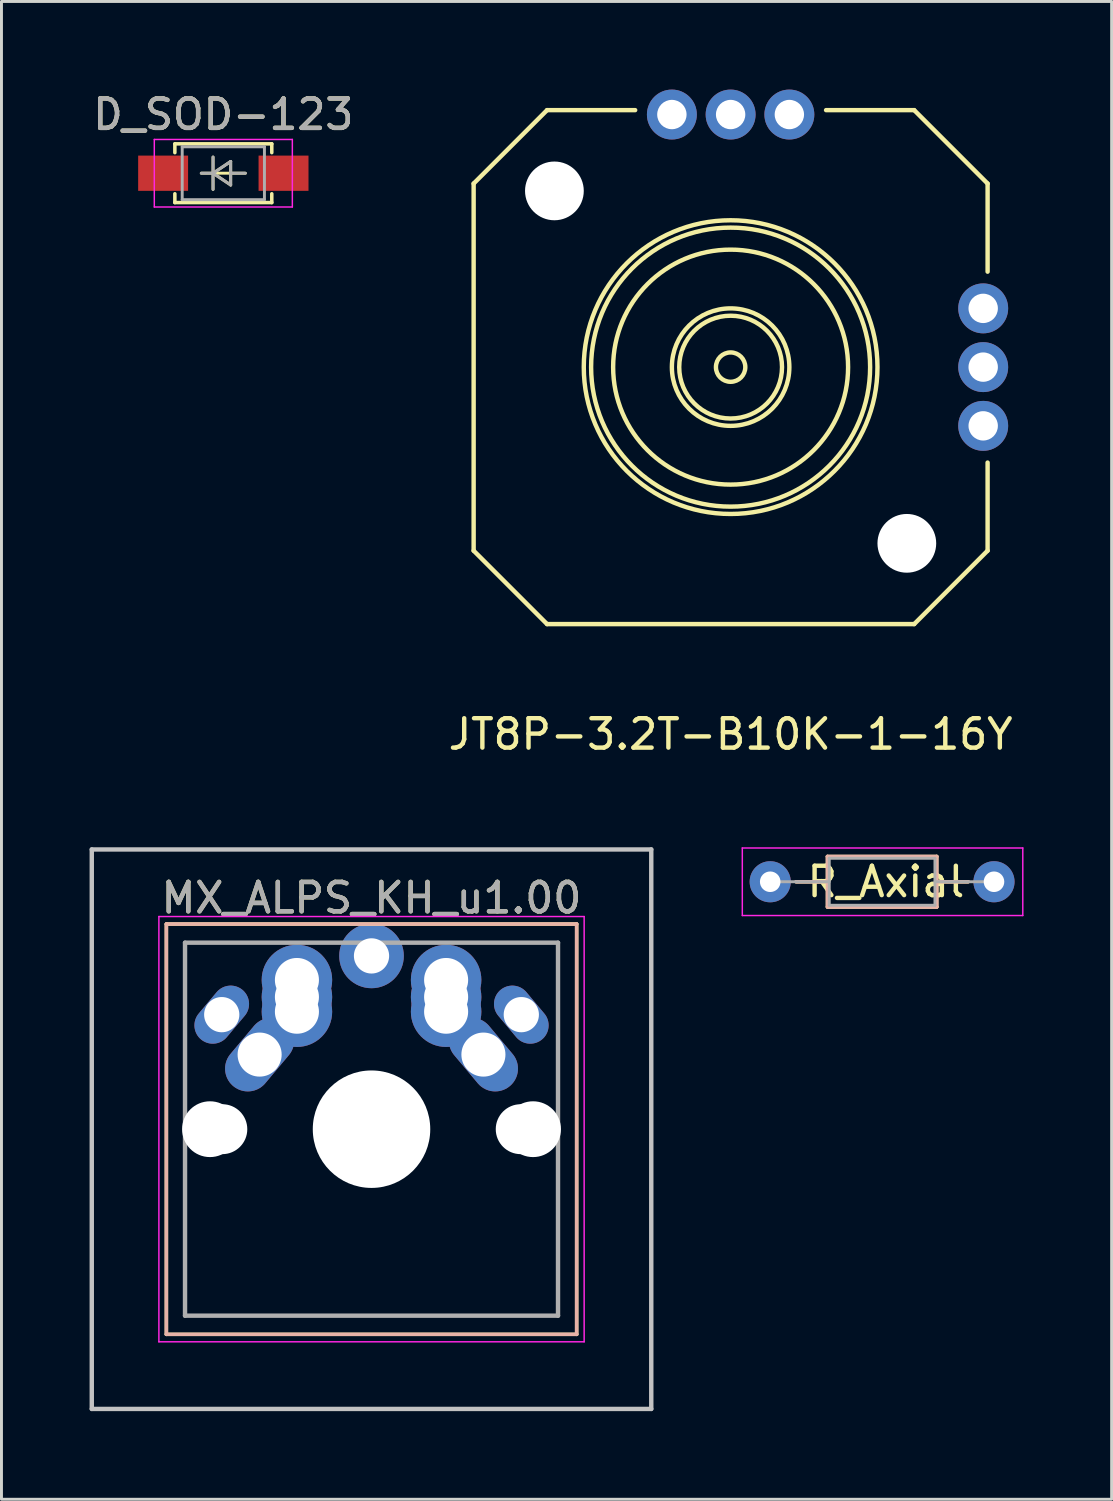
<source format=kicad_pcb>
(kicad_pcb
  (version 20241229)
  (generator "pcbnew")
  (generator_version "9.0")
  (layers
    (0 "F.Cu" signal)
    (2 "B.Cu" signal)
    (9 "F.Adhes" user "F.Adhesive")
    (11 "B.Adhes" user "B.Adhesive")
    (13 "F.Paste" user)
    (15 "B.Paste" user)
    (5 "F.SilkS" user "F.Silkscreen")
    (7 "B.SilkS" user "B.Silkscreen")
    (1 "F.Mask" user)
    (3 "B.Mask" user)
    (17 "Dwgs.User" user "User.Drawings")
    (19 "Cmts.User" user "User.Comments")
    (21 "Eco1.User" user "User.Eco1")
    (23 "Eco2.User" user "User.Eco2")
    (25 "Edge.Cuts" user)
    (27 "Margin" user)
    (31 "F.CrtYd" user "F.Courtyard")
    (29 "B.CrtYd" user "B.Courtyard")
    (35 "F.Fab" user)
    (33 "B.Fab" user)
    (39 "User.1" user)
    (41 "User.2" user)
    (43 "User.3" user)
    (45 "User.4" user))
  (footprint "R_Axial"
    (layer "F.Cu")
    (at 23.175 26.973)
    (property "Reference" "R_Axial" (at 3.94 0 0) (layer "F.SilkS") (effects (font (size 1 1) (thickness 0.15))))
    (attr through_hole)
    (fp_line (start 0.88 0) (end 1.95 0) (stroke (width 0.12) (type solid)) (layer "F.SilkS"))
    (fp_line (start 1.95 -0.86) (end 1.95 0.86) (stroke (width 0.12) (type solid)) (layer "F.SilkS"))
    (fp_line (start 1.95 0.86) (end 5.67 0.86) (stroke (width 0.12) (type solid)) (layer "F.SilkS"))
    (fp_line (start 5.67 -0.86) (end 1.95 -0.86) (stroke (width 0.12) (type solid)) (layer "F.SilkS"))
    (fp_line (start 5.67 0.86) (end 5.67 -0.86) (stroke (width 0.12) (type solid)) (layer "F.SilkS"))
    (fp_line (start 6.74 0) (end 5.67 0) (stroke (width 0.12) (type solid)) (layer "F.SilkS"))
    (fp_line (start 0.88 0) (end 1.95 0) (stroke (width 0.12) (type solid)) (layer "B.SilkS"))
    (fp_line (start 1.95 -0.86) (end 5.67 -0.86) (stroke (width 0.12) (type solid)) (layer "B.SilkS"))
    (fp_line (start 1.95 0.85) (end 1.95 -0.86) (stroke (width 0.12) (type solid)) (layer "B.SilkS"))
    (fp_line (start 5.67 -0.86) (end 5.67 0.86) (stroke (width 0.12) (type solid)) (layer "B.SilkS"))
    (fp_line (start 5.67 0.86) (end 1.95 0.86) (stroke (width 0.12) (type solid)) (layer "B.SilkS"))
    (fp_line (start 6.74 0) (end 5.675 0) (stroke (width 0.12) (type solid)) (layer "B.SilkS"))
    (fp_line (start -0.95 -1.15) (end -0.95 1.15) (stroke (width 0.05) (type solid)) (layer "F.CrtYd"))
    (fp_line (start -0.95 1.15) (end 8.6 1.15) (stroke (width 0.05) (type solid)) (layer "F.CrtYd"))
    (fp_line (start 8.6 -1.15) (end -0.95 -1.15) (stroke (width 0.05) (type solid)) (layer "F.CrtYd"))
    (fp_line (start 8.6 1.15) (end 8.6 -1.15) (stroke (width 0.05) (type solid)) (layer "F.CrtYd"))
    (fp_line (start 0 0) (end 2.01 0) (stroke (width 0.1) (type solid)) (layer "F.Fab"))
    (fp_line (start 2.01 -0.8) (end 2.01 0.8) (stroke (width 0.1) (type solid)) (layer "F.Fab"))
    (fp_line (start 2.01 0.8) (end 5.61 0.8) (stroke (width 0.1) (type solid)) (layer "F.Fab"))
    (fp_line (start 5.61 -0.8) (end 2.01 -0.8) (stroke (width 0.1) (type solid)) (layer "F.Fab"))
    (fp_line (start 5.61 0.8) (end 5.61 -0.8) (stroke (width 0.1) (type solid)) (layer "F.Fab"))
    (fp_line (start 7.62 0) (end 5.61 0) (stroke (width 0.1) (type solid)) (layer "F.Fab"))
    (pad "1" thru_hole circle (at 0 0) (size 1.4 1.4) (drill 0.7) (layers "*.Cu" "*.Mask"))
    (pad "2" thru_hole oval (at 7.62 0) (size 1.4 1.4) (drill 0.7) (layers "*.Cu" "*.Mask")))
  (footprint "JT8P-3.2T-B10K-1-16Y"
    (layer "F.Cu")
    (at 21.827 9.45)
    (property "Reference" "JT8P-3.2T-B10K-1-16Y" (at 0 12.5 0) (layer "F.SilkS") (effects (font (size 1 1) (thickness 0.15))))
    (attr through_hole)
    (fp_line (start -8.75 -6.25) (end -8.75 6.25) (stroke (width 0.15) (type solid)) (layer "F.SilkS"))
    (fp_line (start -8.75 -6.25) (end -6.25 -8.75) (stroke (width 0.15) (type solid)) (layer "F.SilkS"))
    (fp_line (start -6.25 8.75) (end -8.75 6.25) (stroke (width 0.15) (type solid)) (layer "F.SilkS"))
    (fp_line (start -3.25 -8.75) (end -6.25 -8.75) (stroke (width 0.15) (type solid)) (layer "F.SilkS"))
    (fp_line (start 6.25 -8.75) (end 3.25 -8.75) (stroke (width 0.15) (type solid)) (layer "F.SilkS"))
    (fp_line (start 6.25 8.75) (end -6.25 8.75) (stroke (width 0.15) (type solid)) (layer "F.SilkS"))
    (fp_line (start 6.25 8.75) (end 8.75 6.25) (stroke (width 0.15) (type solid)) (layer "F.SilkS"))
    (fp_line (start 8.75 -6.25) (end 6.25 -8.75) (stroke (width 0.15) (type solid)) (layer "F.SilkS"))
    (fp_line (start 8.75 -3.25) (end 8.75 -6.25) (stroke (width 0.15) (type solid)) (layer "F.SilkS"))
    (fp_line (start 8.75 3.25) (end 8.75 6.25) (stroke (width 0.15) (type solid)) (layer "F.SilkS"))
    (fp_circle (center 0 0) (end 0 -5) (stroke (width 0.15) (type solid)) (fill no) (layer "F.SilkS"))
    (fp_circle (center 0 0) (end 0 -4.75) (stroke (width 0.15) (type solid)) (fill no) (layer "F.SilkS"))
    (fp_circle (center 0 0) (end 0 -1.75) (stroke (width 0.15) (type solid)) (fill no) (layer "F.SilkS"))
    (fp_circle (center 0 0) (end 0 0.5) (stroke (width 0.15) (type solid)) (fill no) (layer "F.SilkS"))
    (fp_circle (center 0 0) (end 0 2) (stroke (width 0.15) (type solid)) (fill no) (layer "F.SilkS"))
    (fp_circle (center 0 0) (end 0 4) (stroke (width 0.15) (type solid)) (fill no) (layer "F.SilkS"))
    (pad "" np_thru_hole circle (at -6 -6) (size 2 2) (drill 2) (layers "*.Cu" "*.Mask"))
    (pad "" np_thru_hole circle (at 6 6) (size 2 2) (drill 2) (layers "*.Cu" "*.Mask"))
    (pad "1" thru_hole circle (at 2 -8.6) (size 1.7 1.7) (drill 1) (layers "*.Cu" "*.Mask"))
    (pad "2" thru_hole circle (at 0 -8.6) (size 1.7 1.7) (drill 1) (layers "*.Cu" "*.Mask"))
    (pad "3" thru_hole circle (at -2 -8.6) (size 1.7 1.7) (drill 1) (layers "*.Cu" "*.Mask"))
    (pad "4" thru_hole circle (at 8.6 2) (size 1.7 1.7) (drill 1) (layers "*.Cu" "*.Mask"))
    (pad "5" thru_hole circle (at 8.6 0) (size 1.7 1.7) (drill 1) (layers "*.Cu" "*.Mask"))
    (pad "6" thru_hole circle (at 8.6 -2) (size 1.7 1.7) (drill 1) (layers "*.Cu" "*.Mask")))
  (footprint "D_SOD-123"
    (layer "F.Cu")
    (at 4.554 2.848)
    (property "Reference" "D_SOD-123" (at 0 -2 0) (layer "F.SilkS") (effects (font (size 1 1) (thickness 0.15))))
    (attr smd)
    (fp_line (start -1.65 -1) (end -1.65 -0.7) (stroke (width 0.12) (type solid)) (layer "F.SilkS"))
    (fp_line (start -1.65 -1) (end 1.65 -1) (stroke (width 0.12) (type solid)) (layer "F.SilkS"))
    (fp_line (start -1.65 1) (end -1.65 0.7) (stroke (width 0.12) (type solid)) (layer "F.SilkS"))
    (fp_line (start -1.65 1) (end 1.65 1) (stroke (width 0.12) (type solid)) (layer "F.SilkS"))
    (fp_line (start -0.75 0) (end 0.75 0) (stroke (width 0.1) (type solid)) (layer "F.SilkS"))
    (fp_line (start -0.35 -0.55) (end -0.35 0.55) (stroke (width 0.1) (type solid)) (layer "F.SilkS"))
    (fp_line (start -0.35 0) (end 0.25 -0.4) (stroke (width 0.1) (type solid)) (layer "F.SilkS"))
    (fp_line (start 0.25 -0.4) (end 0.25 0.4) (stroke (width 0.1) (type solid)) (layer "F.SilkS"))
    (fp_line (start 0.25 0.4) (end -0.35 0) (stroke (width 0.1) (type solid)) (layer "F.SilkS"))
    (fp_line (start 1.65 -1) (end 1.65 -0.7) (stroke (width 0.12) (type solid)) (layer "F.SilkS"))
    (fp_line (start 1.65 1) (end 1.65 0.7) (stroke (width 0.12) (type solid)) (layer "F.SilkS"))
    (fp_line (start -2.35 -1.15) (end 2.35 -1.15) (stroke (width 0.05) (type solid)) (layer "F.CrtYd"))
    (fp_line (start -2.35 1.15) (end -2.35 -1.15) (stroke (width 0.05) (type solid)) (layer "F.CrtYd"))
    (fp_line (start 2.35 -1.15) (end 2.35 1.15) (stroke (width 0.05) (type solid)) (layer "F.CrtYd"))
    (fp_line (start 2.35 1.15) (end -2.35 1.15) (stroke (width 0.05) (type solid)) (layer "F.CrtYd"))
    (fp_line (start -1.4 -0.9) (end 1.4 -0.9) (stroke (width 0.1) (type solid)) (layer "F.Fab"))
    (fp_line (start -1.4 0.9) (end -1.4 -0.9) (stroke (width 0.1) (type solid)) (layer "F.Fab"))
    (fp_line (start -0.75 0) (end -0.35 0) (stroke (width 0.1) (type solid)) (layer "F.Fab"))
    (fp_line (start -0.35 0) (end -0.35 -0.55) (stroke (width 0.1) (type solid)) (layer "F.Fab"))
    (fp_line (start -0.35 0) (end -0.35 0.55) (stroke (width 0.1) (type solid)) (layer "F.Fab"))
    (fp_line (start -0.35 0) (end 0.25 -0.4) (stroke (width 0.1) (type solid)) (layer "F.Fab"))
    (fp_line (start 0.25 -0.4) (end 0.25 0.4) (stroke (width 0.1) (type solid)) (layer "F.Fab"))
    (fp_line (start 0.25 0) (end 0.75 0) (stroke (width 0.1) (type solid)) (layer "F.Fab"))
    (fp_line (start 0.25 0.4) (end -0.35 0) (stroke (width 0.1) (type solid)) (layer "F.Fab"))
    (fp_line (start 1.4 -0.9) (end 1.4 0.9) (stroke (width 0.1) (type solid)) (layer "F.Fab"))
    (fp_line (start 1.4 0.9) (end -1.4 0.9) (stroke (width 0.1) (type solid)) (layer "F.Fab"))
    (fp_text user "${REFERENCE}" (at 0 -2 0) (layer "F.Fab") (effects (font (size 1 1) (thickness 0.15))))
    (pad "1" smd rect (at -1.65 0) (size 1.7 1.2) (drill (offset -0.4 0)) (layers "F.Cu" "F.Mask" "F.Paste"))
    (pad "2" smd rect (at 1.65 0) (size 1.7 1.2) (drill (offset 0.4 0)) (layers "F.Cu" "F.Mask" "F.Paste")))
  (footprint "MX_ALPS_KH_u1.00"
    (layer "F.Cu")
    (at 9.6 35.398)
    (property "Reference" "MX_ALPS_KH_u1.00" (at 0 -7.874 0) (layer "F.SilkS") (effects (font (size 1 1) (thickness 0.15))))
    (attr through_hole)
    (fp_line (start -6.985 -6.985) (end 6.985 -6.985) (stroke (width 0.12) (type solid)) (layer "F.SilkS"))
    (fp_line (start -6.985 6.985) (end -6.985 -6.985) (stroke (width 0.12) (type solid)) (layer "F.SilkS"))
    (fp_line (start 6.985 -6.985) (end 6.985 6.985) (stroke (width 0.12) (type solid)) (layer "F.SilkS"))
    (fp_line (start 6.985 6.985) (end -6.985 6.985) (stroke (width 0.12) (type solid)) (layer "F.SilkS"))
    (fp_line (start -6.985 -6.985) (end 6.985 -6.985) (stroke (width 0.12) (type solid)) (layer "B.SilkS"))
    (fp_line (start -6.985 6.985) (end -6.985 -6.985) (stroke (width 0.12) (type solid)) (layer "B.SilkS"))
    (fp_line (start 6.985 -6.985) (end 6.985 6.985) (stroke (width 0.12) (type solid)) (layer "B.SilkS"))
    (fp_line (start 6.985 6.985) (end -6.985 6.985) (stroke (width 0.12) (type solid)) (layer "B.SilkS"))
    (fp_line (start -9.525 -9.525) (end 9.525 -9.525) (stroke (width 0.15) (type solid)) (layer "Dwgs.User"))
    (fp_line (start -9.525 9.525) (end -9.525 -9.525) (stroke (width 0.15) (type solid)) (layer "Dwgs.User"))
    (fp_line (start 9.525 -9.525) (end 9.525 9.525) (stroke (width 0.15) (type solid)) (layer "Dwgs.User"))
    (fp_line (start 9.525 9.525) (end -9.525 9.525) (stroke (width 0.15) (type solid)) (layer "Dwgs.User"))
    (fp_line (start -7.24 -7.24) (end 7.24 -7.24) (stroke (width 0.05) (type solid)) (layer "F.CrtYd"))
    (fp_line (start -7.24 7.24) (end -7.24 -7.24) (stroke (width 0.05) (type solid)) (layer "F.CrtYd"))
    (fp_line (start 7.24 -7.24) (end 7.24 7.24) (stroke (width 0.05) (type solid)) (layer "F.CrtYd"))
    (fp_line (start 7.24 7.24) (end -7.24 7.24) (stroke (width 0.05) (type solid)) (layer "F.CrtYd"))
    (fp_line (start -6.35 -6.35) (end 6.35 -6.35) (stroke (width 0.15) (type solid)) (layer "F.Fab"))
    (fp_line (start -6.35 6.35) (end -6.35 -6.35) (stroke (width 0.15) (type solid)) (layer "F.Fab"))
    (fp_line (start 6.35 -6.35) (end 6.35 6.35) (stroke (width 0.15) (type solid)) (layer "F.Fab"))
    (fp_line (start 6.35 6.35) (end -6.35 6.35) (stroke (width 0.15) (type solid)) (layer "F.Fab"))
    (fp_text user "${REFERENCE}" (at 0 -7.874 0) (layer "F.Fab") (effects (font (size 1 1) (thickness 0.15))))
    (pad "" np_thru_hole circle (at -5.5 0) (size 1.9 1.9) (drill 1.9) (layers "*.Cu" "*.Mask"))
    (pad "" np_thru_hole circle (at -5.08 0) (size 1.7 1.7) (drill 1.7) (layers "*.Cu" "*.Mask"))
    (pad "" np_thru_hole circle (at 0 0) (size 4 4) (drill 4) (layers "*.Cu" "*.Mask"))
    (pad "" np_thru_hole circle (at 5.08 0) (size 1.7 1.7) (drill 1.7) (layers "*.Cu" "*.Mask"))
    (pad "" np_thru_hole circle (at 5.5 0) (size 1.9 1.9) (drill 1.9) (layers "*.Cu" "*.Mask"))
    (pad "1" thru_hole oval (at -5.1 -3.9 50) (size 2.2 1.25) (drill 1.2) (layers "*.Cu" "*.Mask"))
    (pad "1" thru_hole circle (at 2.54 -5.08) (size 2.4 2.4) (drill 1.5) (layers "*.Cu" "*.Mask"))
    (pad "1" thru_hole circle (at 2.54 -4.5) (size 2.4 2.4) (drill 1.5) (layers "*.Cu" "*.Mask"))
    (pad "1" thru_hole circle (at 2.54 -4 310) (size 2.4 2.4) (drill 1.5) (layers "*.Cu" "*.Mask"))
    (pad "1" thru_hole oval (at 3.81 -2.54 310) (size 2.8 1.55) (drill 1.5) (layers "*.Cu" "*.Mask"))
    (pad "1" thru_hole oval (at 5.1 -3.9 310) (size 2.2 1.25) (drill 1.2) (layers "*.Cu" "*.Mask"))
    (pad "2" thru_hole oval (at -3.81 -2.54 50) (size 2.8 1.55) (drill 1.5) (layers "*.Cu" "*.Mask"))
    (pad "2" thru_hole circle (at -2.54 -5.08) (size 2.4 2.4) (drill 1.5) (layers "*.Cu" "*.Mask"))
    (pad "2" thru_hole circle (at -2.54 -4.5) (size 2.4 2.4) (drill 1.5) (layers "*.Cu" "*.Mask"))
    (pad "2" thru_hole circle (at -2.54 -4) (size 2.4 2.4) (drill 1.5) (layers "*.Cu" "*.Mask"))
    (pad "2" thru_hole circle (at 0 -5.9) (size 2.2 2.2) (drill 1.2) (layers "*.Cu" "*.Mask")))
  (gr_rect
    (start -3 -3)
    (end 34.8 47.998)
    (stroke (width 0.1) (type default))
    (fill no)
    (layer "Edge.Cuts")))
</source>
